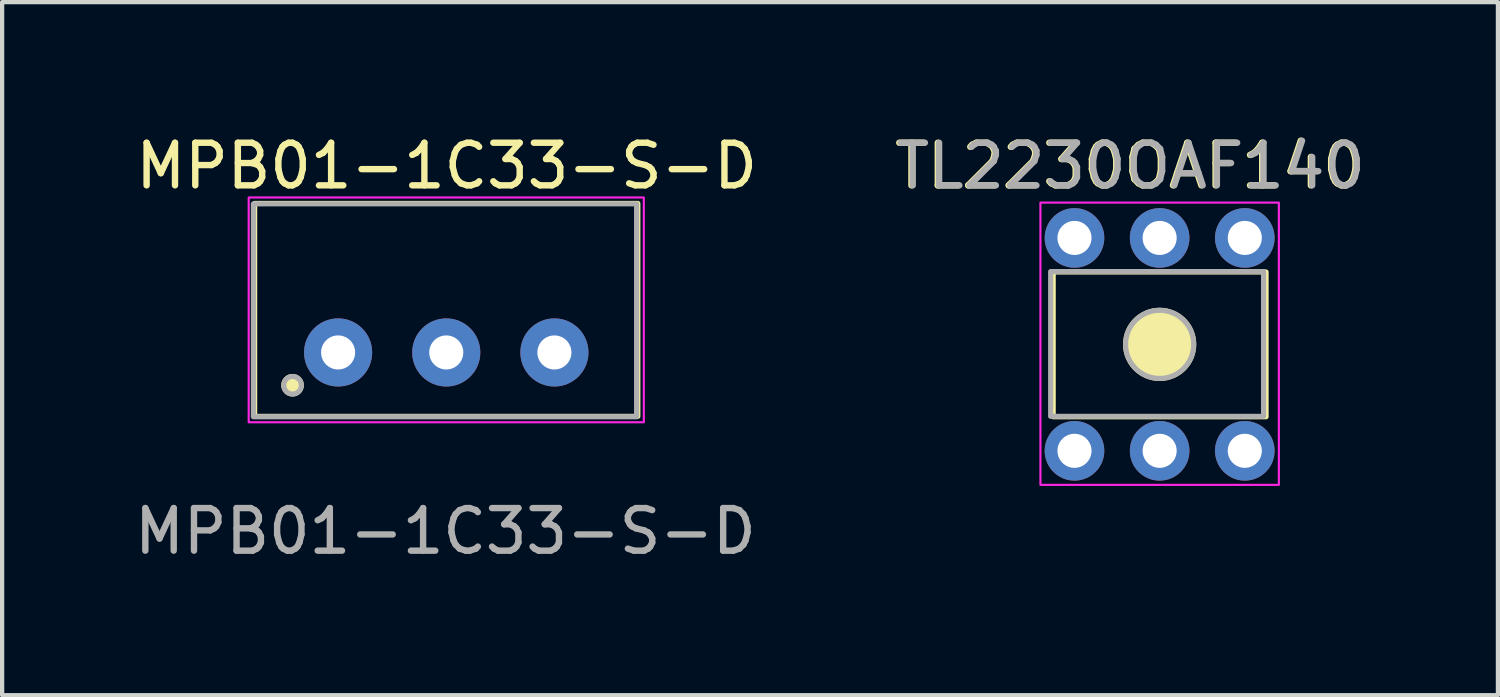
<source format=kicad_pcb>
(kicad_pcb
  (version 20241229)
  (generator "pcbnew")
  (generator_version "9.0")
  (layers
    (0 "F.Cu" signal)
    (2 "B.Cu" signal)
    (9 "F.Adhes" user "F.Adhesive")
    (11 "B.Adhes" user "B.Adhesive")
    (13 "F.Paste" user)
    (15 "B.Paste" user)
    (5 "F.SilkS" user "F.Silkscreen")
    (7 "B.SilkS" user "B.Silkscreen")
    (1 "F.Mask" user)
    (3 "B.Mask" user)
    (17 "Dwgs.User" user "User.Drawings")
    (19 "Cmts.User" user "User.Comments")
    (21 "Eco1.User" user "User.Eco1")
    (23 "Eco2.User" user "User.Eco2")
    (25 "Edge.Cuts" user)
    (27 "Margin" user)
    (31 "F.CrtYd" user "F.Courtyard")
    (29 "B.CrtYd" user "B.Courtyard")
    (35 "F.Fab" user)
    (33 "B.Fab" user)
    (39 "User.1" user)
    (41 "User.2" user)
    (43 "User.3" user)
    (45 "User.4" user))
  (footprint "TL2230OAF140"
    (layer "F.Cu")
    (at 24.186 5.038)
    (property "Reference" "TL2230OAF140" (at -0.71 -4.19 0) (unlocked yes) (layer "F.SilkS") (effects (font (size 1 1) (thickness 0.15))))
    (attr through_hole)
    (fp_rect (start -2.5 -1.7) (end 2.5 1.7) (stroke (width 0.12) (type solid)) (fill no) (layer "F.SilkS"))
    (fp_circle (center 0 0) (end 0.8 0) (stroke (width 0.12) (type solid)) (fill yes) (layer "F.SilkS"))
    (fp_rect (start -2.8 -3.33) (end 2.8 3.3) (stroke (width 0.05) (type solid)) (fill no) (layer "F.CrtYd"))
    (fp_rect (start -2.56 -1.71) (end 2.44 1.69) (stroke (width 0.12) (type solid)) (fill no) (layer "F.Fab"))
    (fp_circle (center 0 0) (end 0.8 0) (stroke (width 0.12) (type solid)) (fill no) (layer "F.Fab"))
    (fp_text user "${REFERENCE}" (at -0.68 -4.19 0) (unlocked yes) (layer "F.Fab") (effects (font (size 1 1) (thickness 0.15))))
    (pad "1" thru_hole circle (at -2 -2.5) (size 1.4 1.4) (drill 0.8) (layers "*.Cu" "*.Mask"))
    (pad "2" thru_hole circle (at 0 -2.5) (size 1.4 1.4) (drill 0.8) (layers "*.Cu" "*.Mask"))
    (pad "3" thru_hole circle (at 2 -2.5) (size 1.4 1.4) (drill 0.8) (layers "*.Cu" "*.Mask"))
    (pad "4" thru_hole circle (at -2 2.5) (size 1.4 1.4) (drill 0.8) (layers "*.Cu" "*.Mask"))
    (pad "5" thru_hole circle (at 0 2.5) (size 1.4 1.4) (drill 0.8) (layers "*.Cu" "*.Mask"))
    (pad "6" thru_hole circle (at 2 2.5) (size 1.4 1.4) (drill 0.8) (layers "*.Cu" "*.Mask")))
  (footprint "MPB01-1C33-S-D"
    (layer "F.Cu")
    (at 7.431 4.228)
    (property "Reference" "MPB01-1C33-S-D" (at 0.01 -3.38 0) (unlocked yes) (layer "F.SilkS") (effects (font (size 1 1) (thickness 0.15))))
    (attr smd)
    (fp_rect (start -4.5 -2.5) (end 4.5 2.5) (stroke (width 0.12) (type solid)) (fill no) (layer "F.SilkS"))
    (fp_circle (center -3.61 1.77) (end -3.404 1.77) (stroke (width 0.12) (type solid)) (fill yes) (layer "F.SilkS"))
    (fp_rect (start -4.64 -2.64) (end 4.64 2.64) (stroke (width 0.05) (type solid)) (fill no) (layer "F.CrtYd"))
    (fp_rect (start -4.53 -2.49) (end 4.47 2.51) (stroke (width 0.12) (type solid)) (fill no) (layer "F.Fab"))
    (fp_circle (center -3.61 1.77) (end -3.404 1.77) (stroke (width 0.12) (type solid)) (fill no) (layer "F.Fab"))
    (fp_text user "${REFERENCE}" (at -0.02 5.2 0) (unlocked yes) (layer "F.Fab") (effects (font (size 1 1) (thickness 0.15))))
    (pad "1" thru_hole circle (at -2.54 1) (size 1.6 1.6) (drill 0.8) (layers "*.Cu" "*.Mask"))
    (pad "2" thru_hole circle (at 0 1) (size 1.6 1.6) (drill 0.8) (layers "*.Cu" "*.Mask"))
    (pad "3" thru_hole circle (at 2.54 1) (size 1.6 1.6) (drill 0.8) (layers "*.Cu" "*.Mask")))
  (gr_rect
    (start -3 -3)
    (end 32.131 13.277)
    (stroke (width 0.1) (type default))
    (fill no)
    (layer "Edge.Cuts")))
</source>
